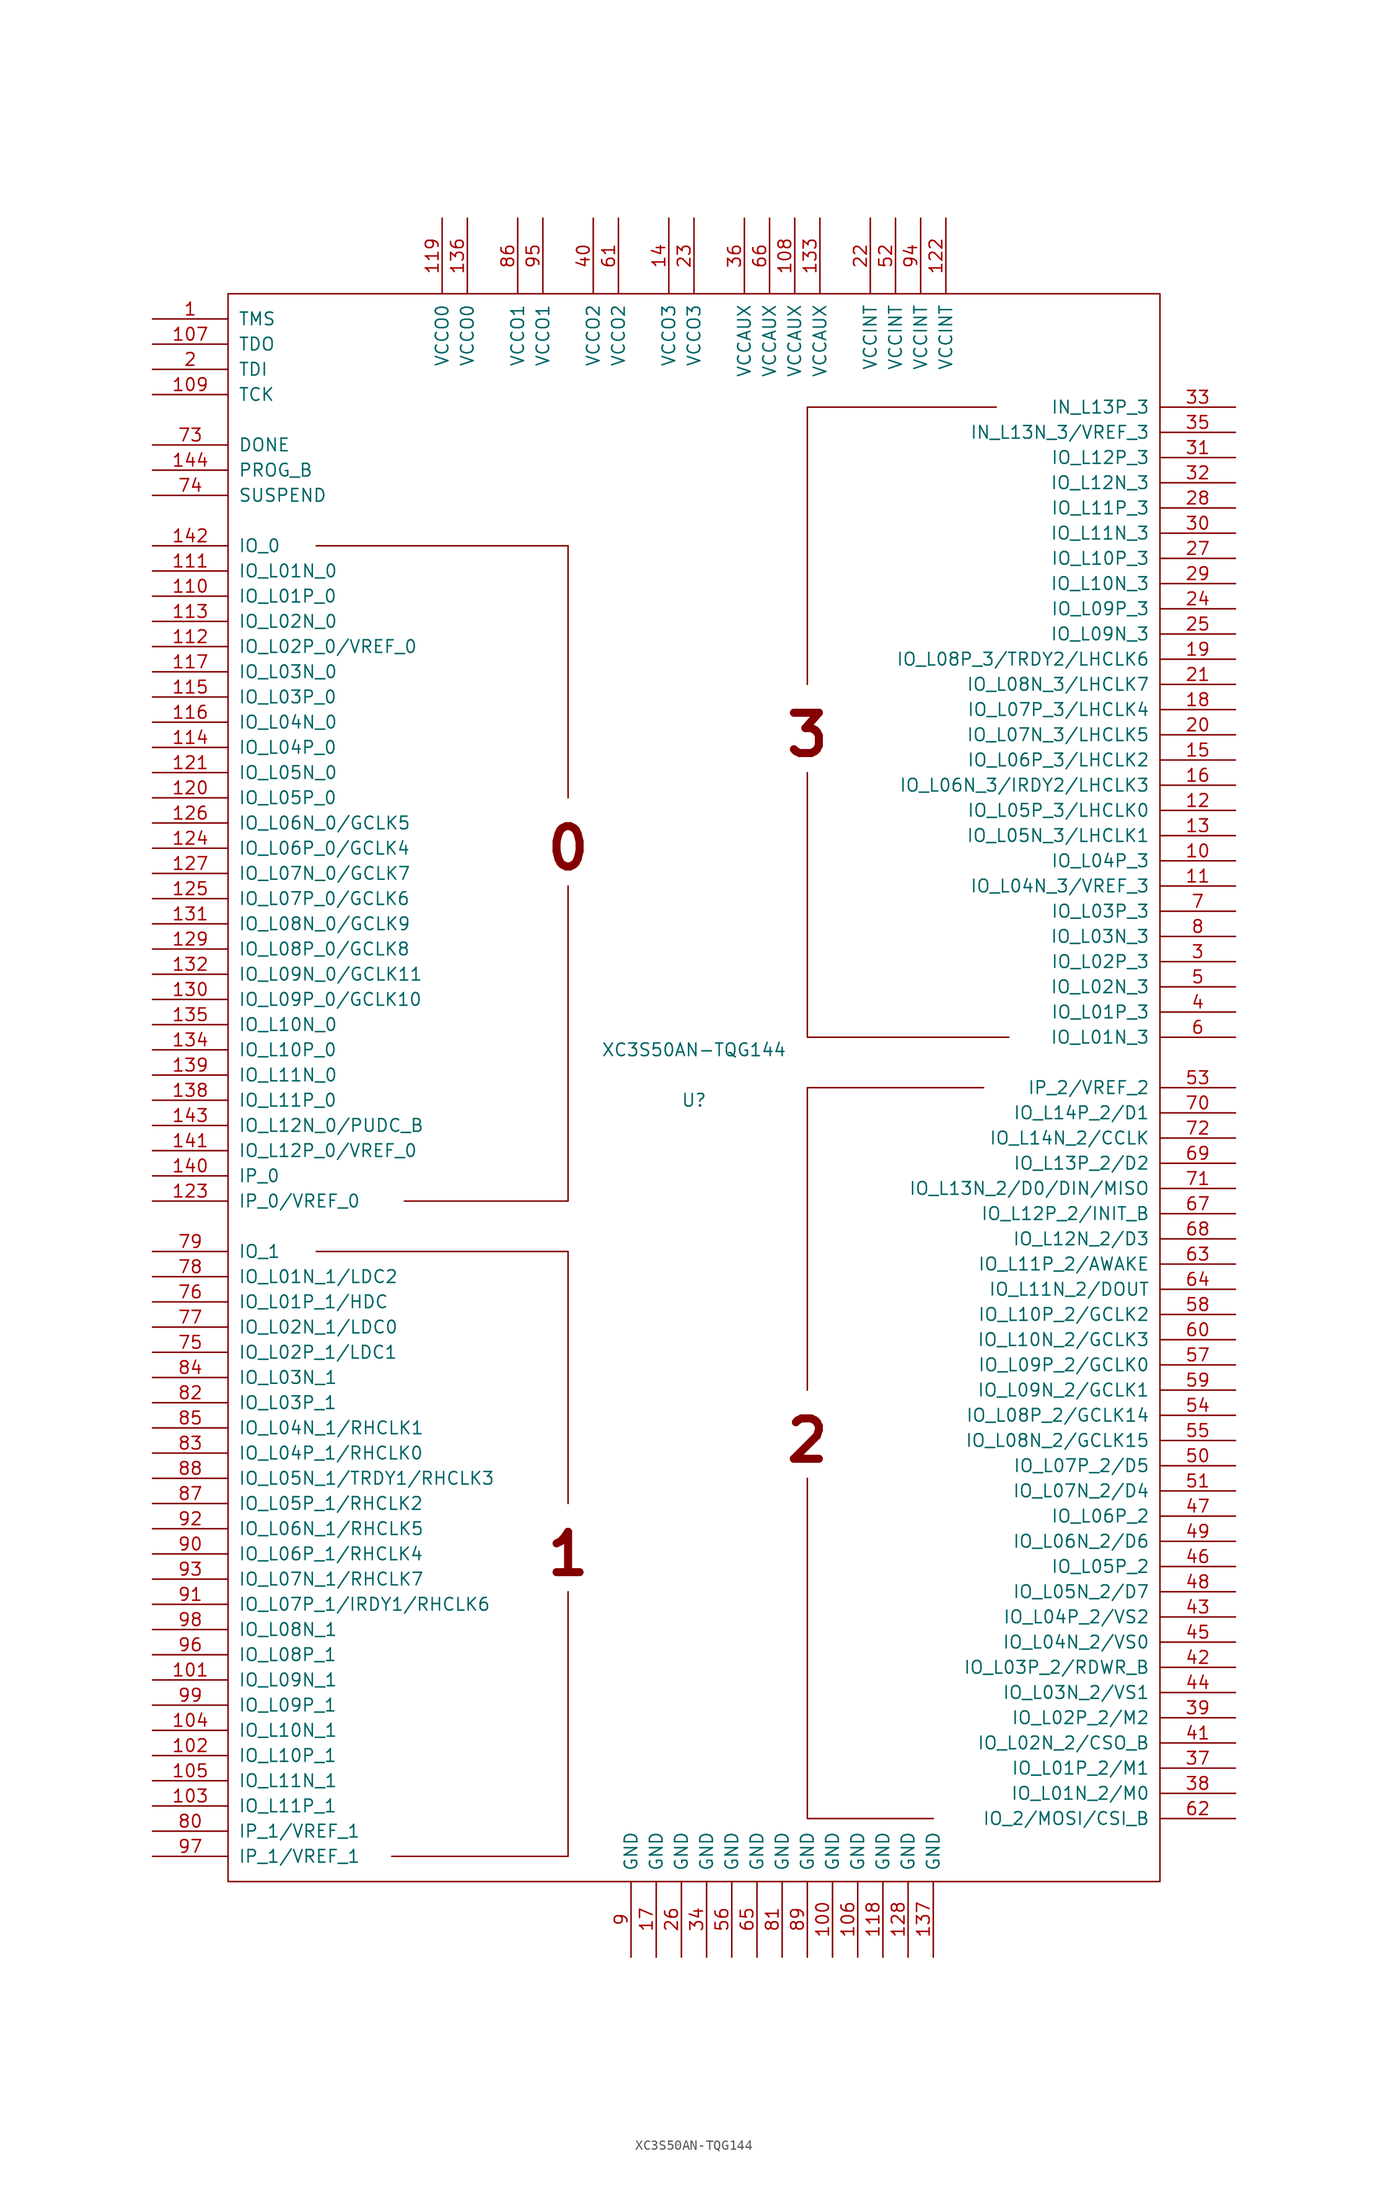
<source format=kicad_sym>
(kicad_symbol_lib
  (version 20201005)
  (generator kicad_symbol_editor)
  (symbol "XC3S50AN-TQG144"
    (pin_names
      (offset 1.016))
    (property "Reference" "U"
      (at 0 0 0)
      (effects (font (size 1.27 1.27))))
    (property "Value" "XC3S50AN-TQG144"
      (at 0 5.08 0)
      (effects (font (size 1.27 1.27))))
    (symbol "XC3S50AN-TQG144_0_0"
      (text "0" (at -12.7 25.4 0) (effects (font (size 4.064 4.064) bold)))
      (text "1" (at -12.7 -45.72 0) (effects (font (size 4.064 4.064) bold)))
      (text "2" (at 11.43 -34.29 0) (effects (font (size 4.064 4.064) bold)))
      (text "3" (at 11.43 36.83 0) (effects (font (size 4.064 4.064) bold))))
    (symbol "XC3S50AN-TQG144_0_1"
      (rectangle (start -46.99 81.28) (end 46.99 -78.74) (stroke (width 0)) (fill (type none)))
      (polyline (pts (xy -38.1 55.88) (xy -12.7 55.88) (xy -12.7 30.48) (xy -12.7 30.48)) (stroke (width 0)) (fill (type none)))
      (polyline (pts (xy -29.21 -10.16) (xy -12.7 -10.16) (xy -12.7 21.59) (xy -12.7 21.59)) (stroke (width 0)) (fill (type none)))
      (polyline (pts (xy -12.7 -40.64) (xy -12.7 -15.24) (xy -38.1 -15.24) (xy -38.1 -15.24)) (stroke (width 0)) (fill (type none)))
      (polyline (pts (xy 24.13 -72.39) (xy 11.43 -72.39) (xy 11.43 -38.1) (xy 11.43 -38.1)) (stroke (width 0)) (fill (type none)))
      (polyline (pts (xy 29.21 1.27) (xy 11.43 1.27) (xy 11.43 -29.21) (xy 11.43 -29.21)) (stroke (width 0)) (fill (type none)))
      (polyline (pts (xy 30.48 69.85) (xy 11.43 69.85) (xy 11.43 41.91) (xy 11.43 41.91)) (stroke (width 0)) (fill (type none)))
      (polyline (pts (xy 31.75 6.35) (xy 11.43 6.35) (xy 11.43 33.02) (xy 11.43 33.02)) (stroke (width 0)) (fill (type none)))
      (polyline (pts (xy -30.48 -76.2) (xy -13.97 -76.2) (xy -12.7 -76.2) (xy -12.7 -49.53) (xy -12.7 -49.53)) (stroke (width 0)) (fill (type none))))
    (symbol "XC3S50AN-TQG144_1_1"
      (pin input line (at -54.61 78.74 0) (length 7.62) (name "TMS" (effects (font (size 1.27 1.27)))) (number "1" (effects (font (size 1.27 1.27)))))
      (pin bidirectional line (at 54.61 24.13 180) (length 7.62) (name "IO_L04P_3" (effects (font (size 1.27 1.27)))) (number "10" (effects (font (size 1.27 1.27)))))
      (pin power_in line (at 13.97 -86.36 90) (length 7.62) (name "GND" (effects (font (size 1.27 1.27)))) (number "100" (effects (font (size 1.27 1.27)))))
      (pin bidirectional line (at -54.61 -58.42 0) (length 7.62) (name "IO_L09N_1" (effects (font (size 1.27 1.27)))) (number "101" (effects (font (size 1.27 1.27)))))
      (pin bidirectional line (at -54.61 -66.04 0) (length 7.62) (name "IO_L10P_1" (effects (font (size 1.27 1.27)))) (number "102" (effects (font (size 1.27 1.27)))))
      (pin bidirectional line (at -54.61 -71.12 0) (length 7.62) (name "IO_L11P_1" (effects (font (size 1.27 1.27)))) (number "103" (effects (font (size 1.27 1.27)))))
      (pin bidirectional line (at -54.61 -63.5 0) (length 7.62) (name "IO_L10N_1" (effects (font (size 1.27 1.27)))) (number "104" (effects (font (size 1.27 1.27)))))
      (pin bidirectional line (at -54.61 -68.58 0) (length 7.62) (name "IO_L11N_1" (effects (font (size 1.27 1.27)))) (number "105" (effects (font (size 1.27 1.27)))))
      (pin power_in line (at 16.51 -86.36 90) (length 7.62) (name "GND" (effects (font (size 1.27 1.27)))) (number "106" (effects (font (size 1.27 1.27)))))
      (pin output line (at -54.61 76.2 0) (length 7.62) (name "TDO" (effects (font (size 1.27 1.27)))) (number "107" (effects (font (size 1.27 1.27)))))
      (pin power_in line (at 10.16 88.9 270) (length 7.62) (name "VCCAUX" (effects (font (size 1.27 1.27)))) (number "108" (effects (font (size 1.27 1.27)))))
      (pin input line (at -54.61 71.12 0) (length 7.62) (name "TCK" (effects (font (size 1.27 1.27)))) (number "109" (effects (font (size 1.27 1.27)))))
      (pin bidirectional line (at 54.61 21.59 180) (length 7.62) (name "IO_L04N_3/VREF_3" (effects (font (size 1.27 1.27)))) (number "11" (effects (font (size 1.27 1.27)))))
      (pin bidirectional line (at -54.61 50.8 0) (length 7.62) (name "IO_L01P_0" (effects (font (size 1.27 1.27)))) (number "110" (effects (font (size 1.27 1.27)))))
      (pin bidirectional line (at -54.61 53.34 0) (length 7.62) (name "IO_L01N_0" (effects (font (size 1.27 1.27)))) (number "111" (effects (font (size 1.27 1.27)))))
      (pin bidirectional line (at -54.61 45.72 0) (length 7.62) (name "IO_L02P_0/VREF_0" (effects (font (size 1.27 1.27)))) (number "112" (effects (font (size 1.27 1.27)))))
      (pin bidirectional line (at -54.61 48.26 0) (length 7.62) (name "IO_L02N_0" (effects (font (size 1.27 1.27)))) (number "113" (effects (font (size 1.27 1.27)))))
      (pin bidirectional line (at -54.61 35.56 0) (length 7.62) (name "IO_L04P_0" (effects (font (size 1.27 1.27)))) (number "114" (effects (font (size 1.27 1.27)))))
      (pin bidirectional line (at -54.61 40.64 0) (length 7.62) (name "IO_L03P_0" (effects (font (size 1.27 1.27)))) (number "115" (effects (font (size 1.27 1.27)))))
      (pin bidirectional line (at -54.61 38.1 0) (length 7.62) (name "IO_L04N_0" (effects (font (size 1.27 1.27)))) (number "116" (effects (font (size 1.27 1.27)))))
      (pin bidirectional line (at -54.61 43.18 0) (length 7.62) (name "IO_L03N_0" (effects (font (size 1.27 1.27)))) (number "117" (effects (font (size 1.27 1.27)))))
      (pin power_in line (at 19.05 -86.36 90) (length 7.62) (name "GND" (effects (font (size 1.27 1.27)))) (number "118" (effects (font (size 1.27 1.27)))))
      (pin power_in line (at -25.4 88.9 270) (length 7.62) (name "VCCO0" (effects (font (size 1.27 1.27)))) (number "119" (effects (font (size 1.27 1.27)))))
      (pin bidirectional line (at 54.61 29.21 180) (length 7.62) (name "IO_L05P_3/LHCLK0" (effects (font (size 1.27 1.27)))) (number "12" (effects (font (size 1.27 1.27)))))
      (pin bidirectional line (at -54.61 30.48 0) (length 7.62) (name "IO_L05P_0" (effects (font (size 1.27 1.27)))) (number "120" (effects (font (size 1.27 1.27)))))
      (pin bidirectional line (at -54.61 33.02 0) (length 7.62) (name "IO_L05N_0" (effects (font (size 1.27 1.27)))) (number "121" (effects (font (size 1.27 1.27)))))
      (pin power_in line (at 25.4 88.9 270) (length 7.62) (name "VCCINT" (effects (font (size 1.27 1.27)))) (number "122" (effects (font (size 1.27 1.27)))))
      (pin input line (at -54.61 -10.16 0) (length 7.62) (name "IP_0/VREF_0" (effects (font (size 1.27 1.27)))) (number "123" (effects (font (size 1.27 1.27)))))
      (pin bidirectional line (at -54.61 25.4 0) (length 7.62) (name "IO_L06P_0/GCLK4" (effects (font (size 1.27 1.27)))) (number "124" (effects (font (size 1.27 1.27)))))
      (pin bidirectional line (at -54.61 20.32 0) (length 7.62) (name "IO_L07P_0/GCLK6" (effects (font (size 1.27 1.27)))) (number "125" (effects (font (size 1.27 1.27)))))
      (pin bidirectional line (at -54.61 27.94 0) (length 7.62) (name "IO_L06N_0/GCLK5" (effects (font (size 1.27 1.27)))) (number "126" (effects (font (size 1.27 1.27)))))
      (pin bidirectional line (at -54.61 22.86 0) (length 7.62) (name "IO_L07N_0/GCLK7" (effects (font (size 1.27 1.27)))) (number "127" (effects (font (size 1.27 1.27)))))
      (pin power_in line (at 21.59 -86.36 90) (length 7.62) (name "GND" (effects (font (size 1.27 1.27)))) (number "128" (effects (font (size 1.27 1.27)))))
      (pin bidirectional line (at -54.61 15.24 0) (length 7.62) (name "IO_L08P_0/GCLK8" (effects (font (size 1.27 1.27)))) (number "129" (effects (font (size 1.27 1.27)))))
      (pin bidirectional line (at 54.61 26.67 180) (length 7.62) (name "IO_L05N_3/LHCLK1" (effects (font (size 1.27 1.27)))) (number "13" (effects (font (size 1.27 1.27)))))
      (pin bidirectional line (at -54.61 10.16 0) (length 7.62) (name "IO_L09P_0/GCLK10" (effects (font (size 1.27 1.27)))) (number "130" (effects (font (size 1.27 1.27)))))
      (pin bidirectional line (at -54.61 17.78 0) (length 7.62) (name "IO_L08N_0/GCLK9" (effects (font (size 1.27 1.27)))) (number "131" (effects (font (size 1.27 1.27)))))
      (pin bidirectional line (at -54.61 12.7 0) (length 7.62) (name "IO_L09N_0/GCLK11" (effects (font (size 1.27 1.27)))) (number "132" (effects (font (size 1.27 1.27)))))
      (pin power_in line (at 12.7 88.9 270) (length 7.62) (name "VCCAUX" (effects (font (size 1.27 1.27)))) (number "133" (effects (font (size 1.27 1.27)))))
      (pin bidirectional line (at -54.61 5.08 0) (length 7.62) (name "IO_L10P_0" (effects (font (size 1.27 1.27)))) (number "134" (effects (font (size 1.27 1.27)))))
      (pin bidirectional line (at -54.61 7.62 0) (length 7.62) (name "IO_L10N_0" (effects (font (size 1.27 1.27)))) (number "135" (effects (font (size 1.27 1.27)))))
      (pin power_in line (at -22.86 88.9 270) (length 7.62) (name "VCCO0" (effects (font (size 1.27 1.27)))) (number "136" (effects (font (size 1.27 1.27)))))
      (pin power_in line (at 24.13 -86.36 90) (length 7.62) (name "GND" (effects (font (size 1.27 1.27)))) (number "137" (effects (font (size 1.27 1.27)))))
      (pin bidirectional line (at -54.61 0 0) (length 7.62) (name "IO_L11P_0" (effects (font (size 1.27 1.27)))) (number "138" (effects (font (size 1.27 1.27)))))
      (pin bidirectional line (at -54.61 2.54 0) (length 7.62) (name "IO_L11N_0" (effects (font (size 1.27 1.27)))) (number "139" (effects (font (size 1.27 1.27)))))
      (pin passive line (at -2.54 88.9 270) (length 7.62) (name "VCCO3" (effects (font (size 1.27 1.27)))) (number "14" (effects (font (size 1.27 1.27)))))
      (pin input line (at -54.61 -7.62 0) (length 7.62) (name "IP_0" (effects (font (size 1.27 1.27)))) (number "140" (effects (font (size 1.27 1.27)))))
      (pin bidirectional line (at -54.61 -5.08 0) (length 7.62) (name "IO_L12P_0/VREF_0" (effects (font (size 1.27 1.27)))) (number "141" (effects (font (size 1.27 1.27)))))
      (pin bidirectional line (at -54.61 55.88 0) (length 7.62) (name "IO_0" (effects (font (size 1.27 1.27)))) (number "142" (effects (font (size 1.27 1.27)))))
      (pin bidirectional line (at -54.61 -2.54 0) (length 7.62) (name "IO_L12N_0/PUDC_B" (effects (font (size 1.27 1.27)))) (number "143" (effects (font (size 1.27 1.27)))))
      (pin bidirectional line (at -54.61 63.5 0) (length 7.62) (name "PROG_B" (effects (font (size 1.27 1.27)))) (number "144" (effects (font (size 1.27 1.27)))))
      (pin bidirectional line (at 54.61 34.29 180) (length 7.62) (name "IO_L06P_3/LHCLK2" (effects (font (size 1.27 1.27)))) (number "15" (effects (font (size 1.27 1.27)))))
      (pin bidirectional line (at 54.61 31.75 180) (length 7.62) (name "IO_L06N_3/IRDY2/LHCLK3" (effects (font (size 1.27 1.27)))) (number "16" (effects (font (size 1.27 1.27)))))
      (pin power_in line (at -3.81 -86.36 90) (length 7.62) (name "GND" (effects (font (size 1.27 1.27)))) (number "17" (effects (font (size 1.27 1.27)))))
      (pin bidirectional line (at 54.61 39.37 180) (length 7.62) (name "IO_L07P_3/LHCLK4" (effects (font (size 1.27 1.27)))) (number "18" (effects (font (size 1.27 1.27)))))
      (pin bidirectional line (at 54.61 44.45 180) (length 7.62) (name "IO_L08P_3/TRDY2/LHCLK6" (effects (font (size 1.27 1.27)))) (number "19" (effects (font (size 1.27 1.27)))))
      (pin input line (at -54.61 73.66 0) (length 7.62) (name "TDI" (effects (font (size 1.27 1.27)))) (number "2" (effects (font (size 1.27 1.27)))))
      (pin bidirectional line (at 54.61 36.83 180) (length 7.62) (name "IO_L07N_3/LHCLK5" (effects (font (size 1.27 1.27)))) (number "20" (effects (font (size 1.27 1.27)))))
      (pin bidirectional line (at 54.61 41.91 180) (length 7.62) (name "IO_L08N_3/LHCLK7" (effects (font (size 1.27 1.27)))) (number "21" (effects (font (size 1.27 1.27)))))
      (pin power_in line (at 17.78 88.9 270) (length 7.62) (name "VCCINT" (effects (font (size 1.27 1.27)))) (number "22" (effects (font (size 1.27 1.27)))))
      (pin power_in line (at 0 88.9 270) (length 7.62) (name "VCCO3" (effects (font (size 1.27 1.27)))) (number "23" (effects (font (size 1.27 1.27)))))
      (pin bidirectional line (at 54.61 49.53 180) (length 7.62) (name "IO_L09P_3" (effects (font (size 1.27 1.27)))) (number "24" (effects (font (size 1.27 1.27)))))
      (pin bidirectional line (at 54.61 46.99 180) (length 7.62) (name "IO_L09N_3" (effects (font (size 1.27 1.27)))) (number "25" (effects (font (size 1.27 1.27)))))
      (pin power_in line (at -1.27 -86.36 90) (length 7.62) (name "GND" (effects (font (size 1.27 1.27)))) (number "26" (effects (font (size 1.27 1.27)))))
      (pin bidirectional line (at 54.61 54.61 180) (length 7.62) (name "IO_L10P_3" (effects (font (size 1.27 1.27)))) (number "27" (effects (font (size 1.27 1.27)))))
      (pin bidirectional line (at 54.61 59.69 180) (length 7.62) (name "IO_L11P_3" (effects (font (size 1.27 1.27)))) (number "28" (effects (font (size 1.27 1.27)))))
      (pin bidirectional line (at 54.61 52.07 180) (length 7.62) (name "IO_L10N_3" (effects (font (size 1.27 1.27)))) (number "29" (effects (font (size 1.27 1.27)))))
      (pin bidirectional line (at 54.61 13.97 180) (length 7.62) (name "IO_L02P_3" (effects (font (size 1.27 1.27)))) (number "3" (effects (font (size 1.27 1.27)))))
      (pin bidirectional line (at 54.61 57.15 180) (length 7.62) (name "IO_L11N_3" (effects (font (size 1.27 1.27)))) (number "30" (effects (font (size 1.27 1.27)))))
      (pin bidirectional line (at 54.61 64.77 180) (length 7.62) (name "IO_L12P_3" (effects (font (size 1.27 1.27)))) (number "31" (effects (font (size 1.27 1.27)))))
      (pin bidirectional line (at 54.61 62.23 180) (length 7.62) (name "IO_L12N_3" (effects (font (size 1.27 1.27)))) (number "32" (effects (font (size 1.27 1.27)))))
      (pin input line (at 54.61 69.85 180) (length 7.62) (name "IN_L13P_3" (effects (font (size 1.27 1.27)))) (number "33" (effects (font (size 1.27 1.27)))))
      (pin power_in line (at 1.27 -86.36 90) (length 7.62) (name "GND" (effects (font (size 1.27 1.27)))) (number "34" (effects (font (size 1.27 1.27)))))
      (pin input line (at 54.61 67.31 180) (length 7.62) (name "IN_L13N_3/VREF_3" (effects (font (size 1.27 1.27)))) (number "35" (effects (font (size 1.27 1.27)))))
      (pin power_in line (at 5.08 88.9 270) (length 7.62) (name "VCCAUX" (effects (font (size 1.27 1.27)))) (number "36" (effects (font (size 1.27 1.27)))))
      (pin bidirectional line (at 54.61 -67.31 180) (length 7.62) (name "IO_L01P_2/M1" (effects (font (size 1.27 1.27)))) (number "37" (effects (font (size 1.27 1.27)))))
      (pin bidirectional line (at 54.61 -69.85 180) (length 7.62) (name "IO_L01N_2/M0" (effects (font (size 1.27 1.27)))) (number "38" (effects (font (size 1.27 1.27)))))
      (pin bidirectional line (at 54.61 -62.23 180) (length 7.62) (name "IO_L02P_2/M2" (effects (font (size 1.27 1.27)))) (number "39" (effects (font (size 1.27 1.27)))))
      (pin bidirectional line (at 54.61 8.89 180) (length 7.62) (name "IO_L01P_3" (effects (font (size 1.27 1.27)))) (number "4" (effects (font (size 1.27 1.27)))))
      (pin power_in line (at -10.16 88.9 270) (length 7.62) (name "VCCO2" (effects (font (size 1.27 1.27)))) (number "40" (effects (font (size 1.27 1.27)))))
      (pin bidirectional line (at 54.61 -64.77 180) (length 7.62) (name "IO_L02N_2/CSO_B" (effects (font (size 1.27 1.27)))) (number "41" (effects (font (size 1.27 1.27)))))
      (pin bidirectional line (at 54.61 -57.15 180) (length 7.62) (name "IO_L03P_2/RDWR_B" (effects (font (size 1.27 1.27)))) (number "42" (effects (font (size 1.27 1.27)))))
      (pin bidirectional line (at 54.61 -52.07 180) (length 7.62) (name "IO_L04P_2/VS2" (effects (font (size 1.27 1.27)))) (number "43" (effects (font (size 1.27 1.27)))))
      (pin bidirectional line (at 54.61 -59.69 180) (length 7.62) (name "IO_L03N_2/VS1" (effects (font (size 1.27 1.27)))) (number "44" (effects (font (size 1.27 1.27)))))
      (pin bidirectional line (at 54.61 -54.61 180) (length 7.62) (name "IO_L04N_2/VS0" (effects (font (size 1.27 1.27)))) (number "45" (effects (font (size 1.27 1.27)))))
      (pin bidirectional line (at 54.61 -46.99 180) (length 7.62) (name "IO_L05P_2" (effects (font (size 1.27 1.27)))) (number "46" (effects (font (size 1.27 1.27)))))
      (pin bidirectional line (at 54.61 -41.91 180) (length 7.62) (name "IO_L06P_2" (effects (font (size 1.27 1.27)))) (number "47" (effects (font (size 1.27 1.27)))))
      (pin bidirectional line (at 54.61 -49.53 180) (length 7.62) (name "IO_L05N_2/D7" (effects (font (size 1.27 1.27)))) (number "48" (effects (font (size 1.27 1.27)))))
      (pin bidirectional line (at 54.61 -44.45 180) (length 7.62) (name "IO_L06N_2/D6" (effects (font (size 1.27 1.27)))) (number "49" (effects (font (size 1.27 1.27)))))
      (pin bidirectional line (at 54.61 11.43 180) (length 7.62) (name "IO_L02N_3" (effects (font (size 1.27 1.27)))) (number "5" (effects (font (size 1.27 1.27)))))
      (pin bidirectional line (at 54.61 -36.83 180) (length 7.62) (name "IO_L07P_2/D5" (effects (font (size 1.27 1.27)))) (number "50" (effects (font (size 1.27 1.27)))))
      (pin bidirectional line (at 54.61 -39.37 180) (length 7.62) (name "IO_L07N_2/D4" (effects (font (size 1.27 1.27)))) (number "51" (effects (font (size 1.27 1.27)))))
      (pin power_in line (at 20.32 88.9 270) (length 7.62) (name "VCCINT" (effects (font (size 1.27 1.27)))) (number "52" (effects (font (size 1.27 1.27)))))
      (pin input line (at 54.61 1.27 180) (length 7.62) (name "IP_2/VREF_2" (effects (font (size 1.27 1.27)))) (number "53" (effects (font (size 1.27 1.27)))))
      (pin bidirectional line (at 54.61 -31.75 180) (length 7.62) (name "IO_L08P_2/GCLK14" (effects (font (size 1.27 1.27)))) (number "54" (effects (font (size 1.27 1.27)))))
      (pin bidirectional line (at 54.61 -34.29 180) (length 7.62) (name "IO_L08N_2/GCLK15" (effects (font (size 1.27 1.27)))) (number "55" (effects (font (size 1.27 1.27)))))
      (pin power_in line (at 3.81 -86.36 90) (length 7.62) (name "GND" (effects (font (size 1.27 1.27)))) (number "56" (effects (font (size 1.27 1.27)))))
      (pin bidirectional line (at 54.61 -26.67 180) (length 7.62) (name "IO_L09P_2/GCLK0" (effects (font (size 1.27 1.27)))) (number "57" (effects (font (size 1.27 1.27)))))
      (pin bidirectional line (at 54.61 -21.59 180) (length 7.62) (name "IO_L10P_2/GCLK2" (effects (font (size 1.27 1.27)))) (number "58" (effects (font (size 1.27 1.27)))))
      (pin bidirectional line (at 54.61 -29.21 180) (length 7.62) (name "IO_L09N_2/GCLK1" (effects (font (size 1.27 1.27)))) (number "59" (effects (font (size 1.27 1.27)))))
      (pin bidirectional line (at 54.61 6.35 180) (length 7.62) (name "IO_L01N_3" (effects (font (size 1.27 1.27)))) (number "6" (effects (font (size 1.27 1.27)))))
      (pin bidirectional line (at 54.61 -24.13 180) (length 7.62) (name "IO_L10N_2/GCLK3" (effects (font (size 1.27 1.27)))) (number "60" (effects (font (size 1.27 1.27)))))
      (pin power_in line (at -7.62 88.9 270) (length 7.62) (name "VCCO2" (effects (font (size 1.27 1.27)))) (number "61" (effects (font (size 1.27 1.27)))))
      (pin bidirectional line (at 54.61 -72.39 180) (length 7.62) (name "IO_2/MOSI/CSI_B" (effects (font (size 1.27 1.27)))) (number "62" (effects (font (size 1.27 1.27)))))
      (pin bidirectional line (at 54.61 -16.51 180) (length 7.62) (name "IO_L11P_2/AWAKE" (effects (font (size 1.27 1.27)))) (number "63" (effects (font (size 1.27 1.27)))))
      (pin bidirectional line (at 54.61 -19.05 180) (length 7.62) (name "IO_L11N_2/DOUT" (effects (font (size 1.27 1.27)))) (number "64" (effects (font (size 1.27 1.27)))))
      (pin power_in line (at 6.35 -86.36 90) (length 7.62) (name "GND" (effects (font (size 1.27 1.27)))) (number "65" (effects (font (size 1.27 1.27)))))
      (pin power_in line (at 7.62 88.9 270) (length 7.62) (name "VCCAUX" (effects (font (size 1.27 1.27)))) (number "66" (effects (font (size 1.27 1.27)))))
      (pin bidirectional line (at 54.61 -11.43 180) (length 7.62) (name "IO_L12P_2/INIT_B" (effects (font (size 1.27 1.27)))) (number "67" (effects (font (size 1.27 1.27)))))
      (pin bidirectional line (at 54.61 -13.97 180) (length 7.62) (name "IO_L12N_2/D3" (effects (font (size 1.27 1.27)))) (number "68" (effects (font (size 1.27 1.27)))))
      (pin bidirectional line (at 54.61 -6.35 180) (length 7.62) (name "IO_L13P_2/D2" (effects (font (size 1.27 1.27)))) (number "69" (effects (font (size 1.27 1.27)))))
      (pin bidirectional line (at 54.61 19.05 180) (length 7.62) (name "IO_L03P_3" (effects (font (size 1.27 1.27)))) (number "7" (effects (font (size 1.27 1.27)))))
      (pin bidirectional line (at 54.61 -1.27 180) (length 7.62) (name "IO_L14P_2/D1" (effects (font (size 1.27 1.27)))) (number "70" (effects (font (size 1.27 1.27)))))
      (pin bidirectional line (at 54.61 -8.89 180) (length 7.62) (name "IO_L13N_2/D0/DIN/MISO" (effects (font (size 1.27 1.27)))) (number "71" (effects (font (size 1.27 1.27)))))
      (pin bidirectional line (at 54.61 -3.81 180) (length 7.62) (name "IO_L14N_2/CCLK" (effects (font (size 1.27 1.27)))) (number "72" (effects (font (size 1.27 1.27)))))
      (pin bidirectional line (at -54.61 66.04 0) (length 7.62) (name "DONE" (effects (font (size 1.27 1.27)))) (number "73" (effects (font (size 1.27 1.27)))))
      (pin input line (at -54.61 60.96 0) (length 7.62) (name "SUSPEND" (effects (font (size 1.27 1.27)))) (number "74" (effects (font (size 1.27 1.27)))))
      (pin bidirectional line (at -54.61 -25.4 0) (length 7.62) (name "IO_L02P_1/LDC1" (effects (font (size 1.27 1.27)))) (number "75" (effects (font (size 1.27 1.27)))))
      (pin bidirectional line (at -54.61 -20.32 0) (length 7.62) (name "IO_L01P_1/HDC" (effects (font (size 1.27 1.27)))) (number "76" (effects (font (size 1.27 1.27)))))
      (pin bidirectional line (at -54.61 -22.86 0) (length 7.62) (name "IO_L02N_1/LDC0" (effects (font (size 1.27 1.27)))) (number "77" (effects (font (size 1.27 1.27)))))
      (pin bidirectional line (at -54.61 -17.78 0) (length 7.62) (name "IO_L01N_1/LDC2" (effects (font (size 1.27 1.27)))) (number "78" (effects (font (size 1.27 1.27)))))
      (pin bidirectional line (at -54.61 -15.24 0) (length 7.62) (name "IO_1" (effects (font (size 1.27 1.27)))) (number "79" (effects (font (size 1.27 1.27)))))
      (pin bidirectional line (at 54.61 16.51 180) (length 7.62) (name "IO_L03N_3" (effects (font (size 1.27 1.27)))) (number "8" (effects (font (size 1.27 1.27)))))
      (pin input line (at -54.61 -73.66 0) (length 7.62) (name "IP_1/VREF_1" (effects (font (size 1.27 1.27)))) (number "80" (effects (font (size 1.27 1.27)))))
      (pin power_in line (at 8.89 -86.36 90) (length 7.62) (name "GND" (effects (font (size 1.27 1.27)))) (number "81" (effects (font (size 1.27 1.27)))))
      (pin bidirectional line (at -54.61 -30.48 0) (length 7.62) (name "IO_L03P_1" (effects (font (size 1.27 1.27)))) (number "82" (effects (font (size 1.27 1.27)))))
      (pin bidirectional line (at -54.61 -35.56 0) (length 7.62) (name "IO_L04P_1/RHCLK0" (effects (font (size 1.27 1.27)))) (number "83" (effects (font (size 1.27 1.27)))))
      (pin bidirectional line (at -54.61 -27.94 0) (length 7.62) (name "IO_L03N_1" (effects (font (size 1.27 1.27)))) (number "84" (effects (font (size 1.27 1.27)))))
      (pin bidirectional line (at -54.61 -33.02 0) (length 7.62) (name "IO_L04N_1/RHCLK1" (effects (font (size 1.27 1.27)))) (number "85" (effects (font (size 1.27 1.27)))))
      (pin power_in line (at -17.78 88.9 270) (length 7.62) (name "VCCO1" (effects (font (size 1.27 1.27)))) (number "86" (effects (font (size 1.27 1.27)))))
      (pin bidirectional line (at -54.61 -40.64 0) (length 7.62) (name "IO_L05P_1/RHCLK2" (effects (font (size 1.27 1.27)))) (number "87" (effects (font (size 1.27 1.27)))))
      (pin bidirectional line (at -54.61 -38.1 0) (length 7.62) (name "IO_L05N_1/TRDY1/RHCLK3" (effects (font (size 1.27 1.27)))) (number "88" (effects (font (size 1.27 1.27)))))
      (pin power_in line (at 11.43 -86.36 90) (length 7.62) (name "GND" (effects (font (size 1.27 1.27)))) (number "89" (effects (font (size 1.27 1.27)))))
      (pin power_in line (at -6.35 -86.36 90) (length 7.62) (name "GND" (effects (font (size 1.27 1.27)))) (number "9" (effects (font (size 1.27 1.27)))))
      (pin bidirectional line (at -54.61 -45.72 0) (length 7.62) (name "IO_L06P_1/RHCLK4" (effects (font (size 1.27 1.27)))) (number "90" (effects (font (size 1.27 1.27)))))
      (pin bidirectional line (at -54.61 -50.8 0) (length 7.62) (name "IO_L07P_1/IRDY1/RHCLK6" (effects (font (size 1.27 1.27)))) (number "91" (effects (font (size 1.27 1.27)))))
      (pin bidirectional line (at -54.61 -43.18 0) (length 7.62) (name "IO_L06N_1/RHCLK5" (effects (font (size 1.27 1.27)))) (number "92" (effects (font (size 1.27 1.27)))))
      (pin bidirectional line (at -54.61 -48.26 0) (length 7.62) (name "IO_L07N_1/RHCLK7" (effects (font (size 1.27 1.27)))) (number "93" (effects (font (size 1.27 1.27)))))
      (pin power_in line (at 22.86 88.9 270) (length 7.62) (name "VCCINT" (effects (font (size 1.27 1.27)))) (number "94" (effects (font (size 1.27 1.27)))))
      (pin power_in line (at -15.24 88.9 270) (length 7.62) (name "VCCO1" (effects (font (size 1.27 1.27)))) (number "95" (effects (font (size 1.27 1.27)))))
      (pin bidirectional line (at -54.61 -55.88 0) (length 7.62) (name "IO_L08P_1" (effects (font (size 1.27 1.27)))) (number "96" (effects (font (size 1.27 1.27)))))
      (pin input line (at -54.61 -76.2 0) (length 7.62) (name "IP_1/VREF_1" (effects (font (size 1.27 1.27)))) (number "97" (effects (font (size 1.27 1.27)))))
      (pin bidirectional line (at -54.61 -53.34 0) (length 7.62) (name "IO_L08N_1" (effects (font (size 1.27 1.27)))) (number "98" (effects (font (size 1.27 1.27)))))
      (pin bidirectional line (at -54.61 -60.96 0) (length 7.62) (name "IO_L09P_1" (effects (font (size 1.27 1.27)))) (number "99" (effects (font (size 1.27 1.27))))))))
</source>
